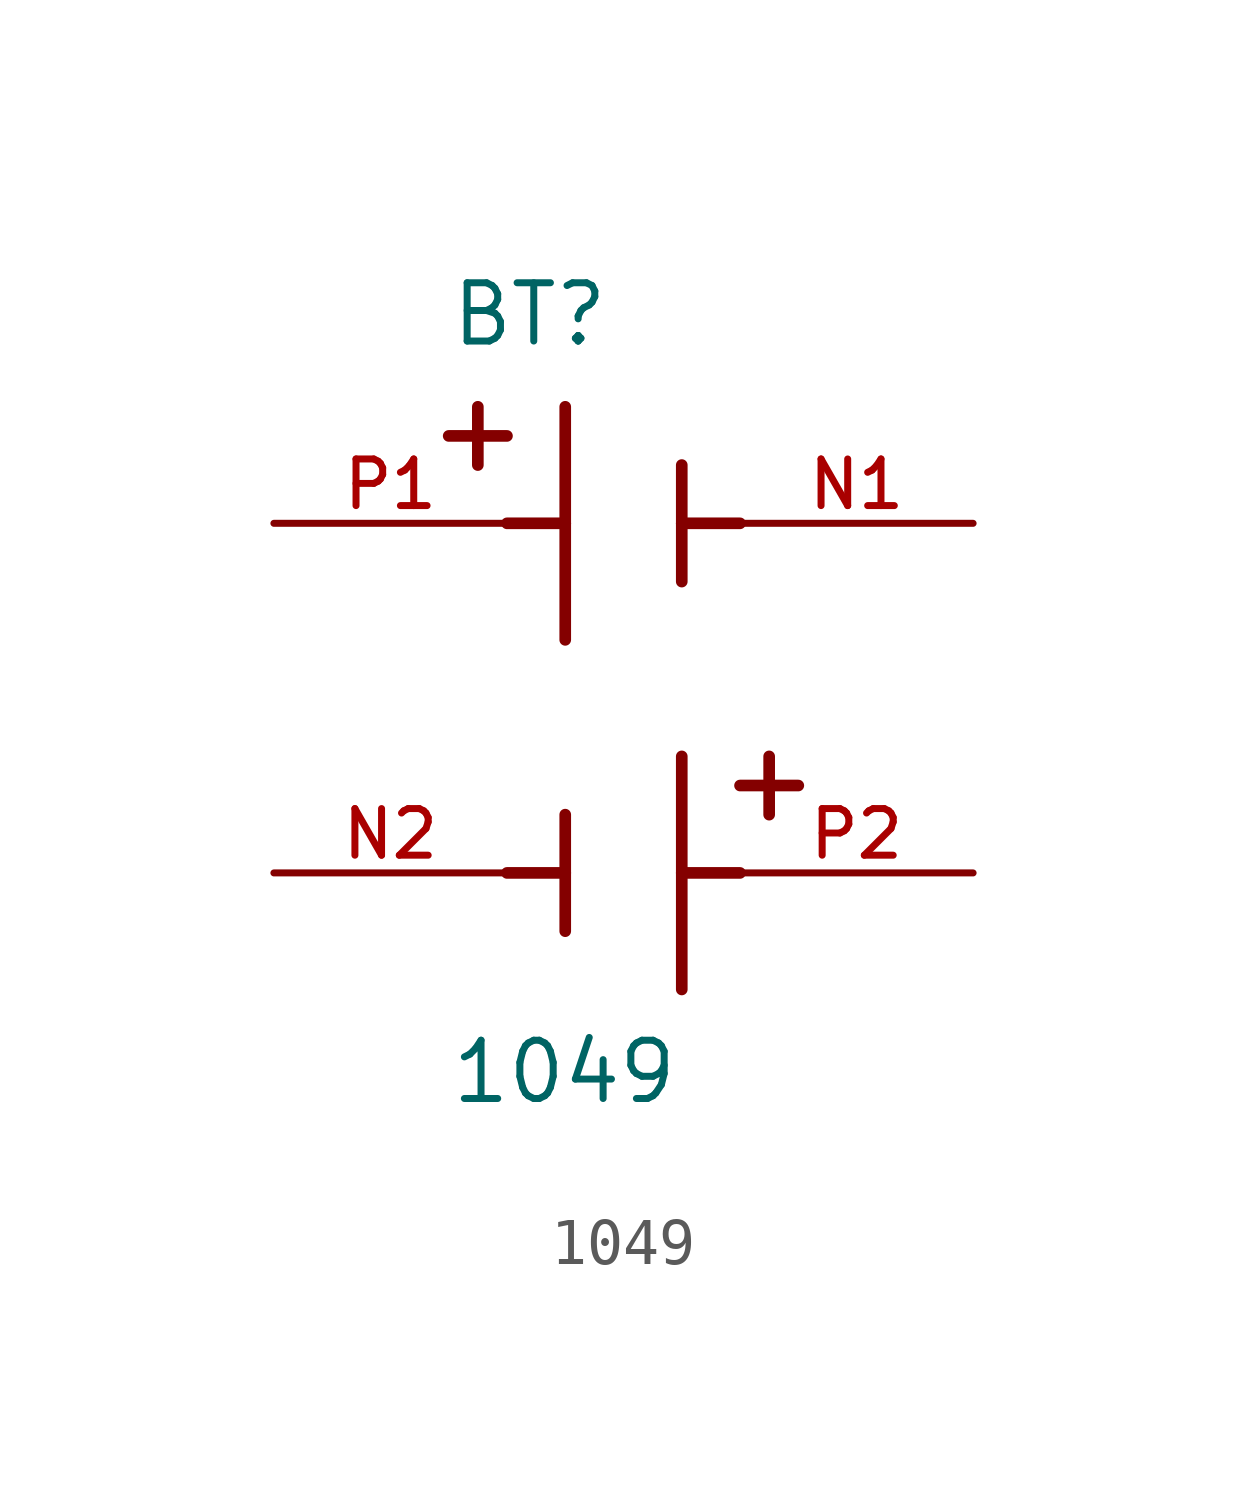
<source format=kicad_sym>
(kicad_symbol_lib
  (version 20211014)
  (generator kicad_symbol_editor)
  (symbol "1049"
    (pin_names
      (offset 1.016))
    (property "Reference" "BT"
      (at -3.81 8.89 0)
      (effects (font (size 1.27 1.27)) (justify bottom left)))
    (property "Value" "1049"
      (at -3.81 -7.62 0)
      (effects (font (size 1.27 1.27)) (justify bottom left)))
    (symbol "1049_0_0"
      (polyline (pts (xy -1.27 7.62) (xy -1.27 5.08)) (stroke (width 0.254)))
      (polyline (pts (xy -1.27 5.08) (xy -1.27 2.54)) (stroke (width 0.254)))
      (polyline (pts (xy 1.27 6.35) (xy 1.27 5.08)) (stroke (width 0.254)))
      (polyline (pts (xy 1.27 5.08) (xy 1.27 3.81)) (stroke (width 0.254)))
      (polyline (pts (xy -1.27 5.08) (xy -2.54 5.08)) (stroke (width 0.254)))
      (polyline (pts (xy 1.27 5.08) (xy 2.54 5.08)) (stroke (width 0.254)))
      (polyline (pts (xy -3.175 7.62) (xy -3.175 6.35)) (stroke (width 0.254)))
      (polyline (pts (xy -3.81 6.985) (xy -2.54 6.985)) (stroke (width 0.254)))
      (polyline (pts (xy 1.27 -5.08) (xy 1.27 -2.54)) (stroke (width 0.254)))
      (polyline (pts (xy 1.27 -2.54) (xy 1.27 0.0)) (stroke (width 0.254)))
      (polyline (pts (xy -1.27 -3.81) (xy -1.27 -2.54)) (stroke (width 0.254)))
      (polyline (pts (xy -1.27 -2.54) (xy -1.27 -1.27)) (stroke (width 0.254)))
      (polyline (pts (xy 1.27 -2.54) (xy 2.54 -2.54)) (stroke (width 0.254)))
      (polyline (pts (xy -1.27 -2.54) (xy -2.54 -2.54)) (stroke (width 0.254)))
      (polyline (pts (xy 3.175 -1.27) (xy 3.175 0.0)) (stroke (width 0.254)))
      (polyline (pts (xy 3.81 -0.635) (xy 2.54 -0.635)) (stroke (width 0.254)))
      (pin passive line (at -7.62 5.08 0) (length 5.08) (name "~" (effects (font (size 1.016 1.016)))) (number "P1" (effects (font (size 1.016 1.016)))))
      (pin passive line (at 7.62 5.08 180.0) (length 5.08) (name "~" (effects (font (size 1.016 1.016)))) (number "N1" (effects (font (size 1.016 1.016)))))
      (pin passive line (at 7.62 -2.54 180.0) (length 5.08) (name "~" (effects (font (size 1.016 1.016)))) (number "P2" (effects (font (size 1.016 1.016)))))
      (pin passive line (at -7.62 -2.54 0) (length 5.08) (name "~" (effects (font (size 1.016 1.016)))) (number "N2" (effects (font (size 1.016 1.016))))))))
</source>
